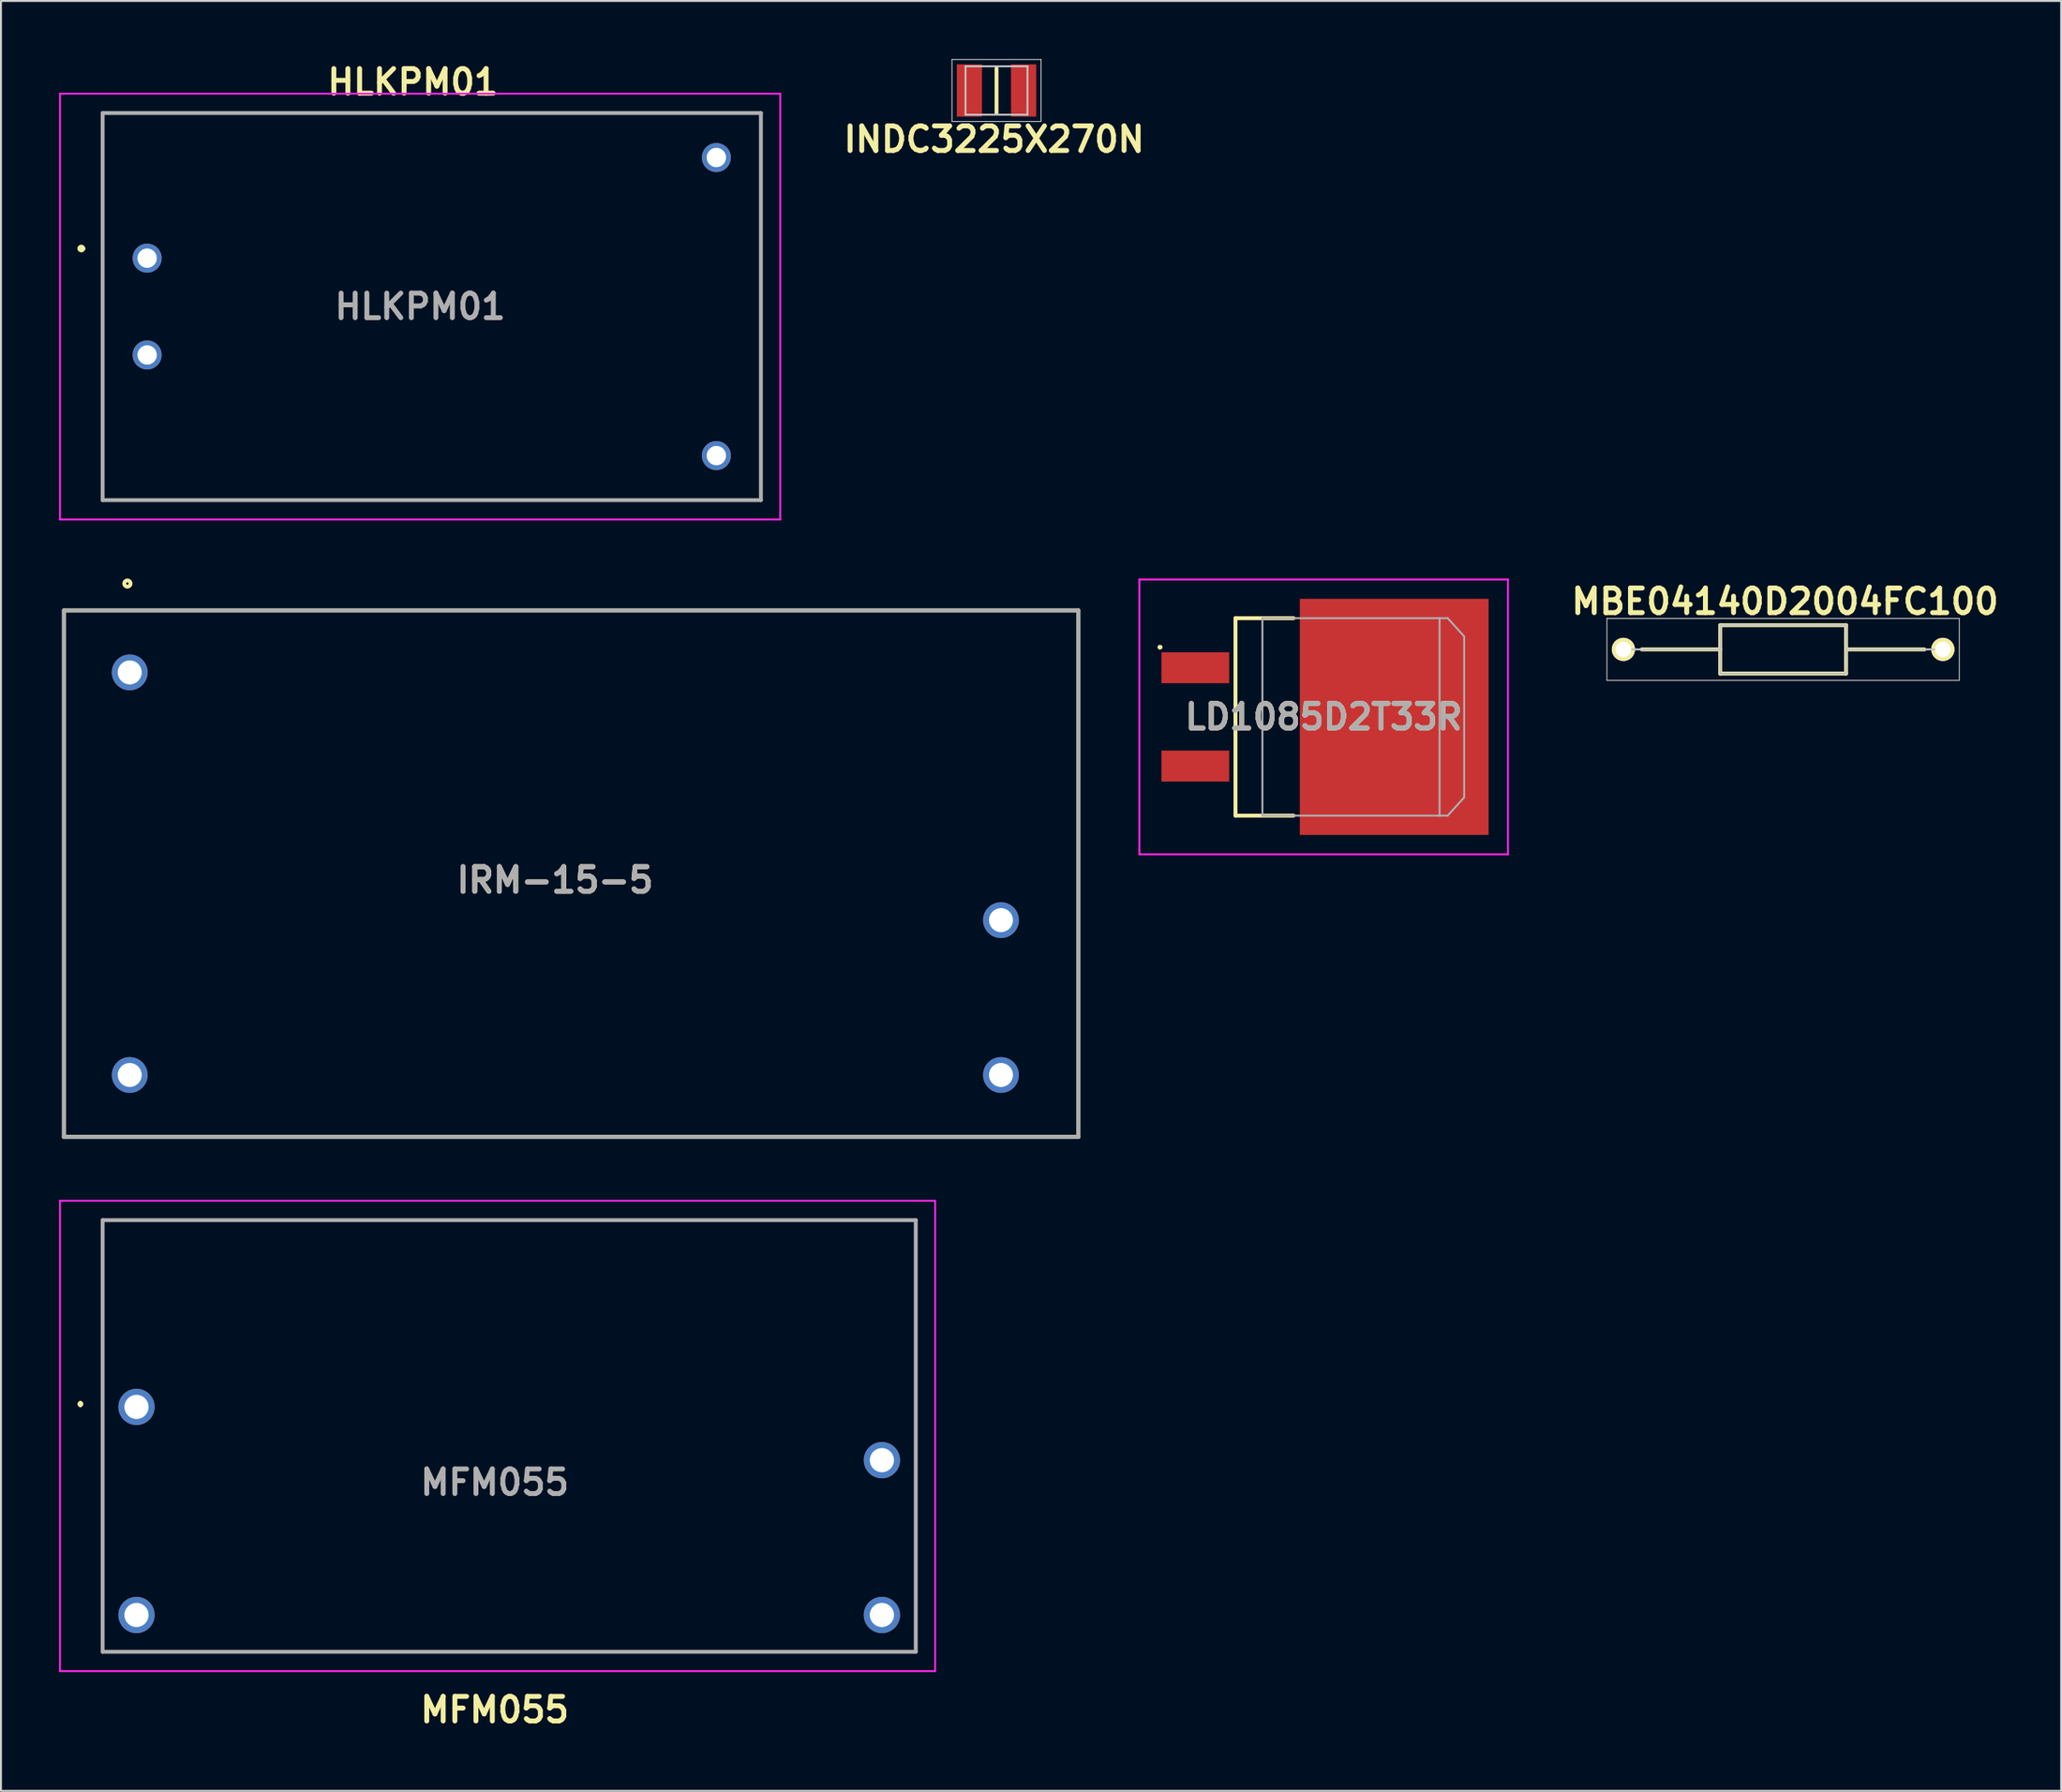
<source format=kicad_pcb>
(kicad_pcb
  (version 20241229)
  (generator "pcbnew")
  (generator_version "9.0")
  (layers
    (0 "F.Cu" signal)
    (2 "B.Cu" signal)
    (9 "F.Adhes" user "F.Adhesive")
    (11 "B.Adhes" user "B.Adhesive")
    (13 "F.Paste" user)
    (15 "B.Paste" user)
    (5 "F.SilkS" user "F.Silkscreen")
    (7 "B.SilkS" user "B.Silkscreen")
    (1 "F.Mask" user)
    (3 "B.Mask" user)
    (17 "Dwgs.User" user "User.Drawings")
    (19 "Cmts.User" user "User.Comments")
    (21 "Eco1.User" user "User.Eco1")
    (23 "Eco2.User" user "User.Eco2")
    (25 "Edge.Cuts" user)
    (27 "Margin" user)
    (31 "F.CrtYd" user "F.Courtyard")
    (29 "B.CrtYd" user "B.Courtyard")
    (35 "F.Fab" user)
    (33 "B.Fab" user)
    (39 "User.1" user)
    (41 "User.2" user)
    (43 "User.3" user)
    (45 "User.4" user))
  (footprint "LD1085D2T33R"
    (layer "F.Cu")
    (at 68.962 33.989)
    (property "Reference" "LD1085D2T33R" (at -3.644 0 0) (layer "F.SilkS") (effects (font (size 1.27 1.27) (thickness 0.254))))
    (attr smd)
    (fp_line (start -12.162 -3.6) (end -12.162 -3.6) (stroke (width 0.125) (type solid)) (layer "F.SilkS"))
    (fp_line (start -12.037 -3.6) (end -12.037 -3.6) (stroke (width 0.125) (type solid)) (layer "F.SilkS"))
    (fp_line (start -8.2 -5.1) (end -5.2 -5.1) (stroke (width 0.2) (type solid)) (layer "F.SilkS"))
    (fp_line (start -8.2 5.1) (end -8.2 -5.1) (stroke (width 0.2) (type solid)) (layer "F.SilkS"))
    (fp_line (start -5.2 5.1) (end -8.2 5.1) (stroke (width 0.2) (type solid)) (layer "F.SilkS"))
    (fp_arc (start -12.162 -3.601) (mid -12.099 -3.663) (end -12.037 -3.6) (stroke (width 0.125) (type solid)) (layer "F.SilkS"))
    (fp_arc (start -12.037 -3.601) (mid -12.099 -3.538) (end -12.162 -3.6) (stroke (width 0.125) (type solid)) (layer "F.SilkS"))
    (fp_line (start -13.162 -7.1) (end 5.875 -7.1) (stroke (width 0.1) (type solid)) (layer "F.CrtYd"))
    (fp_line (start -13.162 7.1) (end -13.162 -7.1) (stroke (width 0.1) (type solid)) (layer "F.CrtYd"))
    (fp_line (start 5.875 -7.1) (end 5.875 7.1) (stroke (width 0.1) (type solid)) (layer "F.CrtYd"))
    (fp_line (start 5.875 7.1) (end -13.162 7.1) (stroke (width 0.1) (type solid)) (layer "F.CrtYd"))
    (fp_line (start -6.808 -5.1) (end -6.808 5.1) (stroke (width 0.1) (type solid)) (layer "F.Fab"))
    (fp_line (start -6.808 5.1) (end 2.342 5.1) (stroke (width 0.1) (type solid)) (layer "F.Fab"))
    (fp_line (start 2.342 -5.1) (end -6.808 -5.1) (stroke (width 0.1) (type solid)) (layer "F.Fab"))
    (fp_line (start 2.342 5.1) (end 2.342 -5.1) (stroke (width 0.1) (type solid)) (layer "F.Fab"))
    (fp_line (start 2.342 5.1) (end 2.761 5.1) (stroke (width 0.1) (type solid)) (layer "F.Fab"))
    (fp_line (start 2.761 -5.1) (end 2.342 -5.1) (stroke (width 0.1) (type solid)) (layer "F.Fab"))
    (fp_line (start 2.761 5.1) (end 3.612 4.157) (stroke (width 0.1) (type solid)) (layer "F.Fab"))
    (fp_line (start 3.612 -4.157) (end 2.761 -5.1) (stroke (width 0.1) (type solid)) (layer "F.Fab"))
    (fp_line (start 3.612 4.157) (end 3.612 -4.157) (stroke (width 0.1) (type solid)) (layer "F.Fab"))
    (fp_text user "${REFERENCE}" (at -3.644 0 0) (layer "F.Fab") (effects (font (size 1.27 1.27) (thickness 0.254))))
    (pad "1" smd rect (at -10.275 -2.54 90) (size 1.6 3.5) (layers "F.Cu" "F.Mask" "F.Paste"))
    (pad "3" smd rect (at -10.275 2.54 90) (size 1.6 3.5) (layers "F.Cu" "F.Mask" "F.Paste"))
    (pad "4" smd rect (at 0 0) (size 9.75 12.2) (layers "F.Cu" "F.Mask" "F.Paste")))
  (footprint "MBE04140D2004FC100"
    (layer "F.Cu")
    (at 80.798 30.502)
    (property "Reference" "MBE04140D2004FC100" (at 8.35 -2.475 0) (layer "F.SilkS") (effects (font (size 1.27 1.27) (thickness 0.254))))
    (attr through_hole exclude_from_pos_files)
    (fp_line (start 0.95 0) (end 5 0) (stroke (width 0.2) (type solid)) (layer "F.SilkS"))
    (fp_line (start 5 -1.25) (end 11.5 -1.25) (stroke (width 0.2) (type solid)) (layer "F.SilkS"))
    (fp_line (start 5 1.25) (end 5 -1.25) (stroke (width 0.2) (type solid)) (layer "F.SilkS"))
    (fp_line (start 11.5 -1.25) (end 11.5 1.25) (stroke (width 0.2) (type solid)) (layer "F.SilkS"))
    (fp_line (start 11.5 0) (end 15.55 0) (stroke (width 0.2) (type solid)) (layer "F.SilkS"))
    (fp_line (start 11.5 1.25) (end 5 1.25) (stroke (width 0.2) (type solid)) (layer "F.SilkS"))
    (fp_line (start -0.85 -1.6) (end 17.35 -1.6) (stroke (width 0.05) (type solid)) (layer "Dwgs.User"))
    (fp_line (start -0.85 1.6) (end -0.85 -1.6) (stroke (width 0.05) (type solid)) (layer "Dwgs.User"))
    (fp_line (start 0 0) (end 5 0) (stroke (width 0.1) (type solid)) (layer "Dwgs.User"))
    (fp_line (start 5 -1.25) (end 11.5 -1.25) (stroke (width 0.1) (type solid)) (layer "Dwgs.User"))
    (fp_line (start 5 1.25) (end 5 -1.25) (stroke (width 0.1) (type solid)) (layer "Dwgs.User"))
    (fp_line (start 11.5 -1.25) (end 11.5 1.25) (stroke (width 0.1) (type solid)) (layer "Dwgs.User"))
    (fp_line (start 11.5 0) (end 16.5 0) (stroke (width 0.1) (type solid)) (layer "Dwgs.User"))
    (fp_line (start 11.5 1.25) (end 5 1.25) (stroke (width 0.1) (type solid)) (layer "Dwgs.User"))
    (fp_line (start 17.35 -1.6) (end 17.35 1.6) (stroke (width 0.05) (type solid)) (layer "Dwgs.User"))
    (fp_line (start 17.35 1.6) (end -0.85 1.6) (stroke (width 0.05) (type solid)) (layer "Dwgs.User"))
    (pad "1" thru_hole circle (at 0 0 90) (size 1.2 1.2) (drill 0.8) (layers "*.Cu" "*.Mask" "F.SilkS"))
    (pad "2" thru_hole circle (at 16.5 0 90) (size 1.2 1.2) (drill 0.8) (layers "*.Cu" "*.Mask" "F.SilkS")))
  (footprint "HLKPM01"
    (layer "F.Cu")
    (at 4.55 10.289)
    (property "Reference" "HLKPM01" (at 13.725 -9.1 0) (layer "F.SilkS") (effects (font (size 1.27 1.27) (thickness 0.254))))
    (attr through_hole)
    (fp_line (start -3.5 -0.5) (end -3.5 -0.5) (stroke (width 0.2) (type solid)) (layer "F.SilkS"))
    (fp_line (start -3.3 -0.5) (end -3.3 -0.5) (stroke (width 0.2) (type solid)) (layer "F.SilkS"))
    (fp_line (start -2.3 -7.5) (end 31.7 -7.5) (stroke (width 0.1) (type solid)) (layer "F.SilkS"))
    (fp_line (start -2.3 12.5) (end -2.3 -7.5) (stroke (width 0.1) (type solid)) (layer "F.SilkS"))
    (fp_line (start 31.7 -7.5) (end 31.7 12.5) (stroke (width 0.1) (type solid)) (layer "F.SilkS"))
    (fp_line (start 31.7 12.5) (end -2.3 12.5) (stroke (width 0.1) (type solid)) (layer "F.SilkS"))
    (fp_arc (start -3.5 -0.5) (mid -3.4 -0.6) (end -3.3 -0.5) (stroke (width 0.2) (type solid)) (layer "F.SilkS"))
    (fp_arc (start -3.3 -0.5) (mid -3.4 -0.4) (end -3.5 -0.5) (stroke (width 0.2) (type solid)) (layer "F.SilkS"))
    (fp_line (start -4.5 -8.5) (end 32.7 -8.5) (stroke (width 0.1) (type solid)) (layer "F.CrtYd"))
    (fp_line (start -4.5 13.5) (end -4.5 -8.5) (stroke (width 0.1) (type solid)) (layer "F.CrtYd"))
    (fp_line (start 32.7 -8.5) (end 32.7 13.5) (stroke (width 0.1) (type solid)) (layer "F.CrtYd"))
    (fp_line (start 32.7 13.5) (end -4.5 13.5) (stroke (width 0.1) (type solid)) (layer "F.CrtYd"))
    (fp_line (start -2.3 -7.5) (end 31.7 -7.5) (stroke (width 0.2) (type solid)) (layer "F.Fab"))
    (fp_line (start -2.3 12.5) (end -2.3 -7.5) (stroke (width 0.2) (type solid)) (layer "F.Fab"))
    (fp_line (start 31.7 -7.5) (end 31.7 12.5) (stroke (width 0.2) (type solid)) (layer "F.Fab"))
    (fp_line (start 31.7 12.5) (end -2.3 12.5) (stroke (width 0.2) (type solid)) (layer "F.Fab"))
    (fp_text user "${REFERENCE}" (at 14.1 2.5 0) (layer "F.Fab") (effects (font (size 1.27 1.27) (thickness 0.254))))
    (pad "1" thru_hole circle (at 0 0) (size 1.5 1.5) (drill 1) (layers "*.Cu" "*.Mask"))
    (pad "2" thru_hole circle (at 0 5) (size 1.5 1.5) (drill 1) (layers "*.Cu" "*.Mask"))
    (pad "3" thru_hole circle (at 29.4 -5.2) (size 1.5 1.5) (drill 1) (layers "*.Cu" "*.Mask"))
    (pad "4" thru_hole circle (at 29.4 10.2) (size 1.5 1.5) (drill 1) (layers "*.Cu" "*.Mask")))
  (footprint "INDC3225X270N"
    (layer "F.Cu")
    (at 48.42 1.625)
    (property "Reference" "INDC3225X270N" (at -0.125 2.525 0) (layer "F.SilkS") (effects (font (size 1.27 1.27) (thickness 0.254))))
    (attr smd)
    (fp_line (start 0 -1.15) (end 0 1.15) (stroke (width 0.2) (type solid)) (layer "F.SilkS"))
    (fp_line (start -2.3 -1.6) (end 2.3 -1.6) (stroke (width 0.05) (type solid)) (layer "Dwgs.User"))
    (fp_line (start -2.3 1.6) (end -2.3 -1.6) (stroke (width 0.05) (type solid)) (layer "Dwgs.User"))
    (fp_line (start -1.6 -1.25) (end 1.6 -1.25) (stroke (width 0.1) (type solid)) (layer "Dwgs.User"))
    (fp_line (start -1.6 1.25) (end -1.6 -1.25) (stroke (width 0.1) (type solid)) (layer "Dwgs.User"))
    (fp_line (start 1.6 -1.25) (end 1.6 1.25) (stroke (width 0.1) (type solid)) (layer "Dwgs.User"))
    (fp_line (start 1.6 1.25) (end -1.6 1.25) (stroke (width 0.1) (type solid)) (layer "Dwgs.User"))
    (fp_line (start 2.3 -1.6) (end 2.3 1.6) (stroke (width 0.05) (type solid)) (layer "Dwgs.User"))
    (fp_line (start 2.3 1.6) (end -2.3 1.6) (stroke (width 0.05) (type solid)) (layer "Dwgs.User"))
    (pad "1" smd rect (at -1.4 0) (size 1.3 2.7) (layers "F.Cu" "F.Mask" "F.Paste"))
    (pad "2" smd rect (at 1.4 0) (size 1.3 2.7) (layers "F.Cu" "F.Mask" "F.Paste")))
  (footprint "IRM-15-5"
    (layer "F.Cu")
    (at 0.25 55.69)
    (property "Reference" "IRM-15-5" (at 25.364 -13.266 0) (layer "F.SilkS") (effects (font (size 1.27 1.27) (thickness 0.254))))
    (attr through_hole)
    (fp_line (start 0 -27.2) (end 52.4 -27.2) (stroke (width 0.2) (type solid)) (layer "F.SilkS"))
    (fp_line (start 0 0) (end 0 -27.2) (stroke (width 0.2) (type solid)) (layer "F.SilkS"))
    (fp_line (start 52.4 -27.2) (end 52.4 0) (stroke (width 0.2) (type solid)) (layer "F.SilkS"))
    (fp_line (start 52.4 0) (end 0 0) (stroke (width 0.2) (type solid)) (layer "F.SilkS"))
    (fp_circle (center 3.28 -28.59) (end 3.28 -28.429) (stroke (width 0.2) (type solid)) (fill no) (layer "F.SilkS"))
    (fp_line (start 0 -27.2) (end 52.4 -27.2) (stroke (width 0.2) (type solid)) (layer "F.Fab"))
    (fp_line (start 0 0) (end 0 -27.2) (stroke (width 0.2) (type solid)) (layer "F.Fab"))
    (fp_line (start 52.4 -27.2) (end 52.4 0) (stroke (width 0.2) (type solid)) (layer "F.Fab"))
    (fp_line (start 52.4 0) (end 0 0) (stroke (width 0.2) (type solid)) (layer "F.Fab"))
    (fp_text user "${REFERENCE}" (at 25.364 -13.266 0) (layer "F.Fab") (effects (font (size 1.27 1.27) (thickness 0.254))))
    (pad "1" thru_hole circle (at 3.4 -24) (size 1.85 1.85) (drill 1.24) (layers "*.Cu" "*.Mask"))
    (pad "2" thru_hole circle (at 3.4 -3.2) (size 1.85 1.85) (drill 1.24) (layers "*.Cu" "*.Mask"))
    (pad "3" thru_hole circle (at 48.4 -3.2) (size 1.85 1.85) (drill 1.24) (layers "*.Cu" "*.Mask"))
    (pad "4" thru_hole circle (at 48.4 -11.2) (size 1.85 1.85) (drill 1.24) (layers "*.Cu" "*.Mask")))
  (footprint "MFM055"
    (layer "F.Cu")
    (at 4 69.64)
    (property "Reference" "MFM055" (at 18.5 15.65 0) (layer "F.SilkS") (effects (font (size 1.27 1.27) (thickness 0.254))))
    (attr through_hole)
    (fp_line (start -2.9 -0.2) (end -2.9 -0.2) (stroke (width 0.2) (type solid)) (layer "F.SilkS"))
    (fp_line (start -2.9 -0.1) (end -2.9 -0.1) (stroke (width 0.2) (type solid)) (layer "F.SilkS"))
    (fp_line (start -2.9 -0.1) (end -2.9 -0.1) (stroke (width 0.2) (type solid)) (layer "F.SilkS"))
    (fp_line (start -1.75 -9.65) (end 40.25 -9.65) (stroke (width 0.1) (type solid)) (layer "F.SilkS"))
    (fp_line (start -1.75 12.65) (end -1.75 -9.65) (stroke (width 0.1) (type solid)) (layer "F.SilkS"))
    (fp_line (start 40.25 -9.65) (end 40.25 12.65) (stroke (width 0.1) (type solid)) (layer "F.SilkS"))
    (fp_line (start 40.25 12.65) (end -1.75 12.65) (stroke (width 0.1) (type solid)) (layer "F.SilkS"))
    (fp_arc (start -2.9 -0.2) (mid -2.85 -0.15) (end -2.9 -0.1) (stroke (width 0.2) (type solid)) (layer "F.SilkS"))
    (fp_arc (start -2.9 -0.2) (mid -2.85 -0.15) (end -2.9 -0.1) (stroke (width 0.2) (type solid)) (layer "F.SilkS"))
    (fp_arc (start -2.9 -0.1) (mid -2.95 -0.15) (end -2.9 -0.2) (stroke (width 0.2) (type solid)) (layer "F.SilkS"))
    (fp_line (start -3.95 -10.65) (end 41.25 -10.65) (stroke (width 0.1) (type solid)) (layer "F.CrtYd"))
    (fp_line (start -3.95 13.65) (end -3.95 -10.65) (stroke (width 0.1) (type solid)) (layer "F.CrtYd"))
    (fp_line (start 41.25 -10.65) (end 41.25 13.65) (stroke (width 0.1) (type solid)) (layer "F.CrtYd"))
    (fp_line (start 41.25 13.65) (end -3.95 13.65) (stroke (width 0.1) (type solid)) (layer "F.CrtYd"))
    (fp_line (start -1.75 -9.65) (end -1.75 12.65) (stroke (width 0.2) (type solid)) (layer "F.Fab"))
    (fp_line (start -1.75 12.65) (end 40.25 12.65) (stroke (width 0.2) (type solid)) (layer "F.Fab"))
    (fp_line (start 40.25 -9.65) (end -1.75 -9.65) (stroke (width 0.2) (type solid)) (layer "F.Fab"))
    (fp_line (start 40.25 12.65) (end 40.25 -9.65) (stroke (width 0.2) (type solid)) (layer "F.Fab"))
    (fp_text user "${REFERENCE}" (at 18.5 3.9 0) (layer "F.Fab") (effects (font (size 1.27 1.27) (thickness 0.254))))
    (pad "1" thru_hole circle (at 0 0) (size 1.875 1.875) (drill 1.25) (layers "*.Cu" "*.Mask"))
    (pad "2" thru_hole circle (at 0 10.75) (size 1.875 1.875) (drill 1.25) (layers "*.Cu" "*.Mask"))
    (pad "3" thru_hole circle (at 38.5 10.75) (size 1.875 1.875) (drill 1.25) (layers "*.Cu" "*.Mask"))
    (pad "4" thru_hole circle (at 38.5 2.75) (size 1.875 1.875) (drill 1.25) (layers "*.Cu" "*.Mask")))
  (gr_rect
    (start -3 -3)
    (end 103.408 89.478)
    (stroke (width 0.1) (type default))
    (fill no)
    (layer "Edge.Cuts")))
</source>
